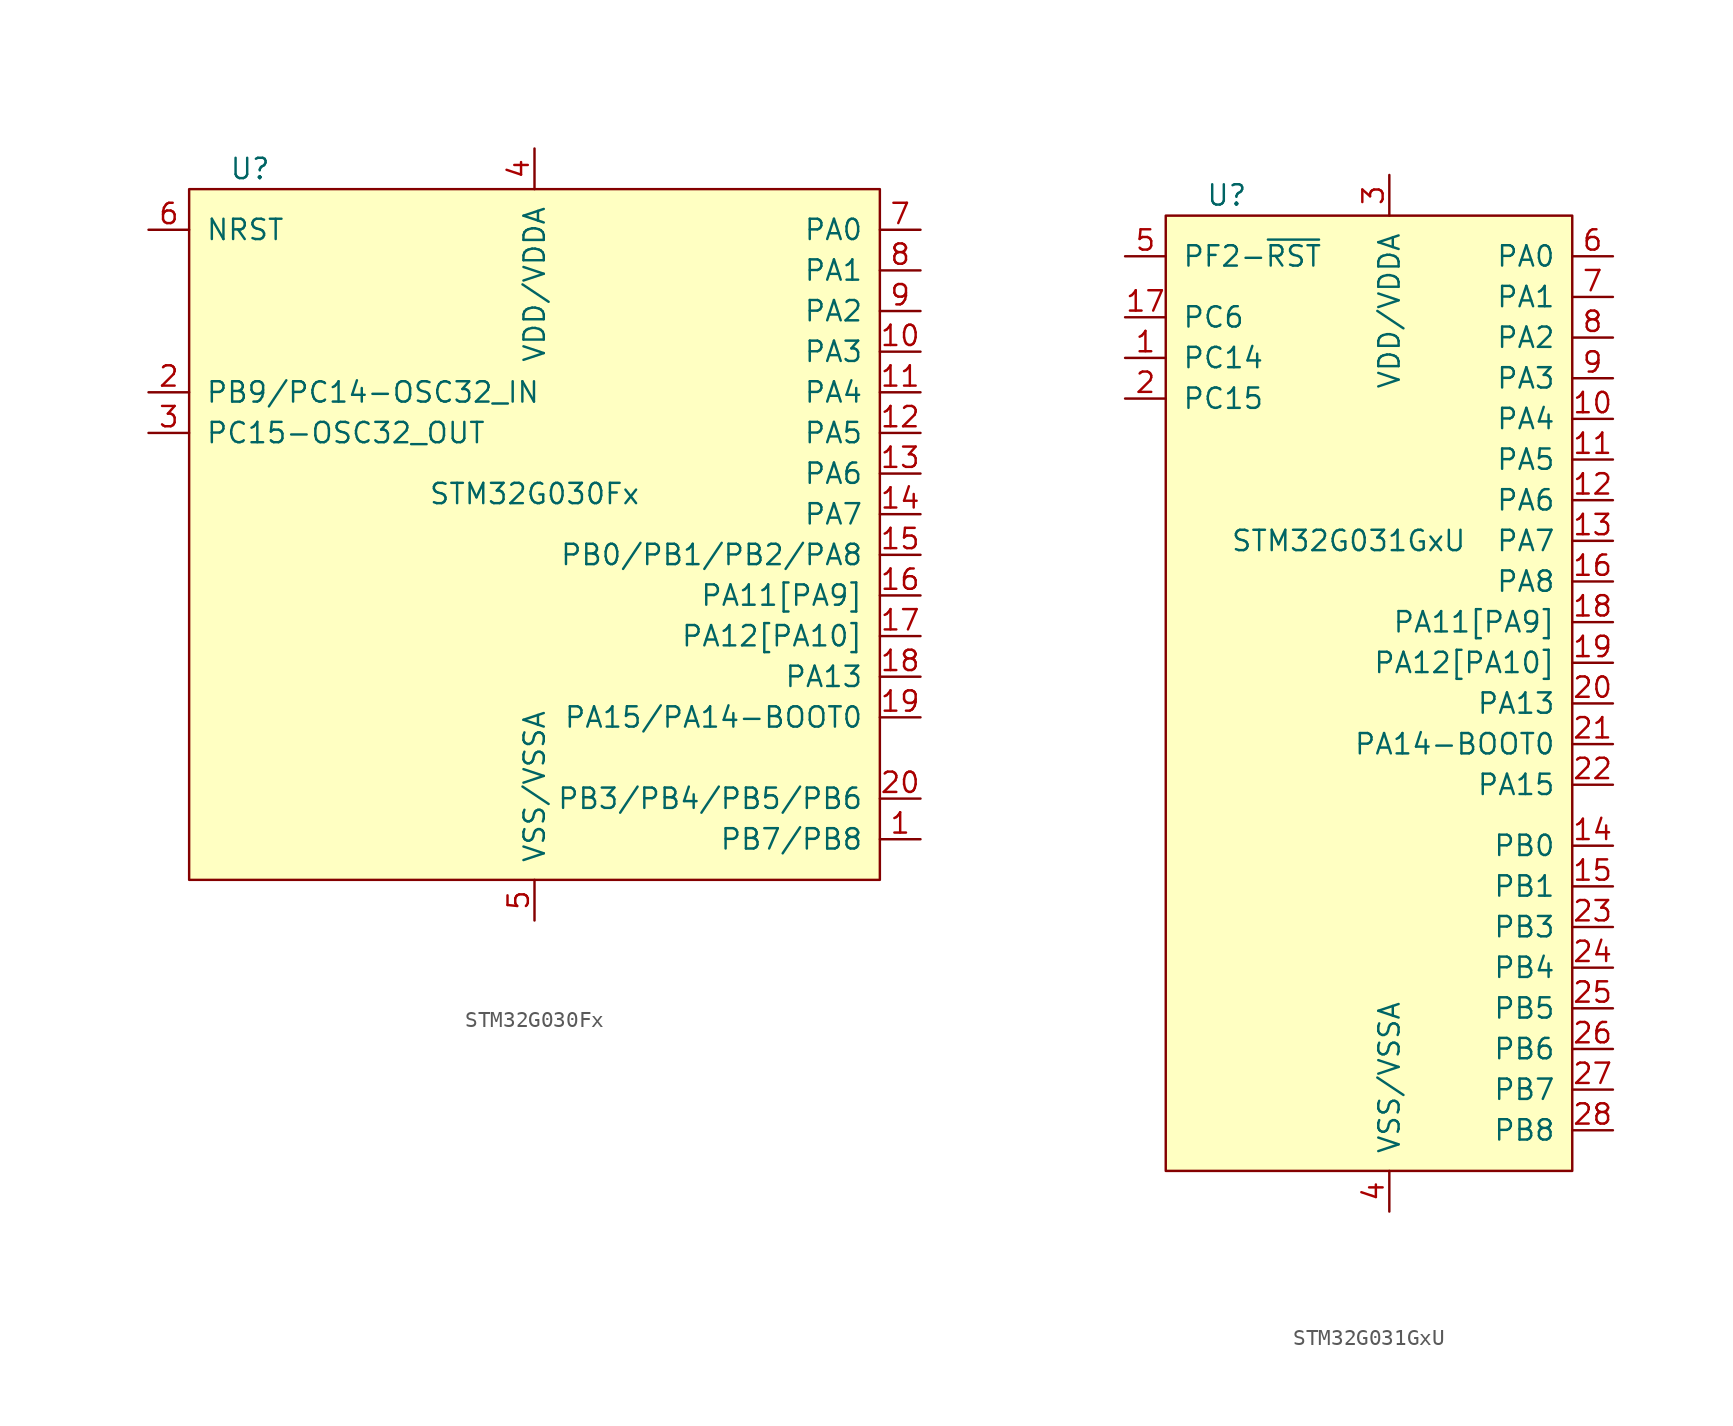
<source format=kicad_sym>
(kicad_symbol_lib
  (version 20211014)
  (generator kicad_symbol_editor)
  (symbol "STM32G030Fx"
    (pin_names
      (offset 1.016))
    (property "Reference" "U"
      (at -17.78 22.86 0)
      (effects (font (size 1.27 1.27))))
    (property "Value" "STM32G030Fx"
      (at 0 2.54 0)
      (effects (font (size 1.27 1.27))))
    (symbol "STM32G030Fx_0_0"
      (pin bidirectional line (at 24.13 -19.05 180) (length 2.54) (name "PB7/PB8" (effects (font (size 1.27 1.27)))) (number "1" (effects (font (size 1.27 1.27)))))
      (pin bidirectional line (at 24.13 11.43 180) (length 2.54) (name "PA3" (effects (font (size 1.27 1.27)))) (number "10" (effects (font (size 1.27 1.27)))))
      (pin bidirectional line (at 24.13 8.89 180) (length 2.54) (name "PA4" (effects (font (size 1.27 1.27)))) (number "11" (effects (font (size 1.27 1.27)))))
      (pin bidirectional line (at 24.13 6.35 180) (length 2.54) (name "PA5" (effects (font (size 1.27 1.27)))) (number "12" (effects (font (size 1.27 1.27)))))
      (pin bidirectional line (at 24.13 3.81 180) (length 2.54) (name "PA6" (effects (font (size 1.27 1.27)))) (number "13" (effects (font (size 1.27 1.27)))))
      (pin bidirectional line (at 24.13 1.27 180) (length 2.54) (name "PA7" (effects (font (size 1.27 1.27)))) (number "14" (effects (font (size 1.27 1.27)))))
      (pin bidirectional line (at 24.13 -1.27 180) (length 2.54) (name "PB0/PB1/PB2/PA8" (effects (font (size 1.27 1.27)))) (number "15" (effects (font (size 1.27 1.27)))))
      (pin bidirectional line (at 24.13 -3.81 180) (length 2.54) (name "PA11[PA9]" (effects (font (size 1.27 1.27)))) (number "16" (effects (font (size 1.27 1.27)))))
      (pin bidirectional line (at 24.13 -6.35 180) (length 2.54) (name "PA12[PA10]" (effects (font (size 1.27 1.27)))) (number "17" (effects (font (size 1.27 1.27)))))
      (pin bidirectional line (at 24.13 -8.89 180) (length 2.54) (name "PA13" (effects (font (size 1.27 1.27)))) (number "18" (effects (font (size 1.27 1.27)))))
      (pin bidirectional line (at 24.13 -11.43 180) (length 2.54) (name "PA15/PA14-BOOT0" (effects (font (size 1.27 1.27)))) (number "19" (effects (font (size 1.27 1.27)))))
      (pin bidirectional line (at -24.13 8.89 0) (length 2.54) (name "PB9/PC14-OSC32_IN" (effects (font (size 1.27 1.27)))) (number "2" (effects (font (size 1.27 1.27)))))
      (pin bidirectional line (at 24.13 -16.51 180) (length 2.54) (name "PB3/PB4/PB5/PB6" (effects (font (size 1.27 1.27)))) (number "20" (effects (font (size 1.27 1.27)))))
      (pin bidirectional line (at -24.13 6.35 0) (length 2.54) (name "PC15-OSC32_OUT" (effects (font (size 1.27 1.27)))) (number "3" (effects (font (size 1.27 1.27)))))
      (pin power_in line (at 0 24.13 270) (length 2.54) (name "VDD/VDDA" (effects (font (size 1.27 1.27)))) (number "4" (effects (font (size 1.27 1.27)))))
      (pin power_in line (at 0 -24.13 90) (length 2.54) (name "VSS/VSSA" (effects (font (size 1.27 1.27)))) (number "5" (effects (font (size 1.27 1.27)))))
      (pin input line (at -24.13 19.05 0) (length 2.54) (name "NRST" (effects (font (size 1.27 1.27)))) (number "6" (effects (font (size 1.27 1.27)))))
      (pin bidirectional line (at 24.13 19.05 180) (length 2.54) (name "PA0" (effects (font (size 1.27 1.27)))) (number "7" (effects (font (size 1.27 1.27)))))
      (pin bidirectional line (at 24.13 16.51 180) (length 2.54) (name "PA1" (effects (font (size 1.27 1.27)))) (number "8" (effects (font (size 1.27 1.27)))))
      (pin bidirectional line (at 24.13 13.97 180) (length 2.54) (name "PA2" (effects (font (size 1.27 1.27)))) (number "9" (effects (font (size 1.27 1.27))))))
    (symbol "STM32G030Fx_0_1"
      (rectangle (start -21.59 21.59) (end 21.59 -21.59) (stroke (width 0) (type default) (color 0 0 0 0)) (fill (type background)))))
  (symbol "STM32G031GxU"
    (pin_names
      (offset 1.016))
    (property "Reference" "U"
      (at -10.16 31.75 0)
      (effects (font (size 1.27 1.27))))
    (property "Value" "STM32G031GxU"
      (at -2.54 10.16 0)
      (effects (font (size 1.27 1.27))))
    (symbol "STM32G031GxU_0_0"
      (pin bidirectional line (at -16.51 21.59 0) (length 2.54) (name "PC14" (effects (font (size 1.27 1.27)))) (number "1" (effects (font (size 1.27 1.27)))))
      (pin bidirectional line (at 13.97 17.78 180) (length 2.54) (name "PA4" (effects (font (size 1.27 1.27)))) (number "10" (effects (font (size 1.27 1.27)))))
      (pin bidirectional line (at 13.97 15.24 180) (length 2.54) (name "PA5" (effects (font (size 1.27 1.27)))) (number "11" (effects (font (size 1.27 1.27)))))
      (pin bidirectional line (at 13.97 12.7 180) (length 2.54) (name "PA6" (effects (font (size 1.27 1.27)))) (number "12" (effects (font (size 1.27 1.27)))))
      (pin bidirectional line (at 13.97 10.16 180) (length 2.54) (name "PA7" (effects (font (size 1.27 1.27)))) (number "13" (effects (font (size 1.27 1.27)))))
      (pin bidirectional line (at 13.97 -8.89 180) (length 2.54) (name "PB0" (effects (font (size 1.27 1.27)))) (number "14" (effects (font (size 1.27 1.27)))))
      (pin bidirectional line (at 13.97 -11.43 180) (length 2.54) (name "PB1" (effects (font (size 1.27 1.27)))) (number "15" (effects (font (size 1.27 1.27)))))
      (pin bidirectional line (at 13.97 7.62 180) (length 2.54) (name "PA8" (effects (font (size 1.27 1.27)))) (number "16" (effects (font (size 1.27 1.27)))))
      (pin bidirectional line (at -16.51 24.13 0) (length 2.54) (name "PC6" (effects (font (size 1.27 1.27)))) (number "17" (effects (font (size 1.27 1.27)))))
      (pin bidirectional line (at 13.97 5.08 180) (length 2.54) (name "PA11[PA9]" (effects (font (size 1.27 1.27)))) (number "18" (effects (font (size 1.27 1.27)))))
      (pin bidirectional line (at 13.97 2.54 180) (length 2.54) (name "PA12[PA10]" (effects (font (size 1.27 1.27)))) (number "19" (effects (font (size 1.27 1.27)))))
      (pin bidirectional line (at -16.51 19.05 0) (length 2.54) (name "PC15" (effects (font (size 1.27 1.27)))) (number "2" (effects (font (size 1.27 1.27)))))
      (pin bidirectional line (at 13.97 0 180) (length 2.54) (name "PA13" (effects (font (size 1.27 1.27)))) (number "20" (effects (font (size 1.27 1.27)))))
      (pin bidirectional line (at 13.97 -2.54 180) (length 2.54) (name "PA14-BOOT0" (effects (font (size 1.27 1.27)))) (number "21" (effects (font (size 1.27 1.27)))))
      (pin bidirectional line (at 13.97 -5.08 180) (length 2.54) (name "PA15" (effects (font (size 1.27 1.27)))) (number "22" (effects (font (size 1.27 1.27)))))
      (pin bidirectional line (at 13.97 -13.97 180) (length 2.54) (name "PB3" (effects (font (size 1.27 1.27)))) (number "23" (effects (font (size 1.27 1.27)))))
      (pin bidirectional line (at 13.97 -16.51 180) (length 2.54) (name "PB4" (effects (font (size 1.27 1.27)))) (number "24" (effects (font (size 1.27 1.27)))))
      (pin bidirectional line (at 13.97 -19.05 180) (length 2.54) (name "PB5" (effects (font (size 1.27 1.27)))) (number "25" (effects (font (size 1.27 1.27)))))
      (pin bidirectional line (at 13.97 -21.59 180) (length 2.54) (name "PB6" (effects (font (size 1.27 1.27)))) (number "26" (effects (font (size 1.27 1.27)))))
      (pin bidirectional line (at 13.97 -24.13 180) (length 2.54) (name "PB7" (effects (font (size 1.27 1.27)))) (number "27" (effects (font (size 1.27 1.27)))))
      (pin bidirectional line (at 13.97 -26.67 180) (length 2.54) (name "PB8" (effects (font (size 1.27 1.27)))) (number "28" (effects (font (size 1.27 1.27)))))
      (pin power_in line (at 0 33.02 270) (length 2.54) (name "VDD/VDDA" (effects (font (size 1.27 1.27)))) (number "3" (effects (font (size 1.27 1.27)))))
      (pin power_in line (at 0 -31.75 90) (length 2.54) (name "VSS/VSSA" (effects (font (size 1.27 1.27)))) (number "4" (effects (font (size 1.27 1.27)))))
      (pin bidirectional line (at -16.51 27.94 0) (length 2.54) (name "PF2-~{RST}" (effects (font (size 1.27 1.27)))) (number "5" (effects (font (size 1.27 1.27)))))
      (pin bidirectional line (at 13.97 27.94 180) (length 2.54) (name "PA0" (effects (font (size 1.27 1.27)))) (number "6" (effects (font (size 1.27 1.27)))))
      (pin bidirectional line (at 13.97 25.4 180) (length 2.54) (name "PA1" (effects (font (size 1.27 1.27)))) (number "7" (effects (font (size 1.27 1.27)))))
      (pin bidirectional line (at 13.97 22.86 180) (length 2.54) (name "PA2" (effects (font (size 1.27 1.27)))) (number "8" (effects (font (size 1.27 1.27)))))
      (pin bidirectional line (at 13.97 20.32 180) (length 2.54) (name "PA3" (effects (font (size 1.27 1.27)))) (number "9" (effects (font (size 1.27 1.27))))))
    (symbol "STM32G031GxU_0_1"
      (rectangle (start -13.97 30.48) (end 11.43 -29.21) (stroke (width 0) (type default) (color 0 0 0 0)) (fill (type background))))))
</source>
